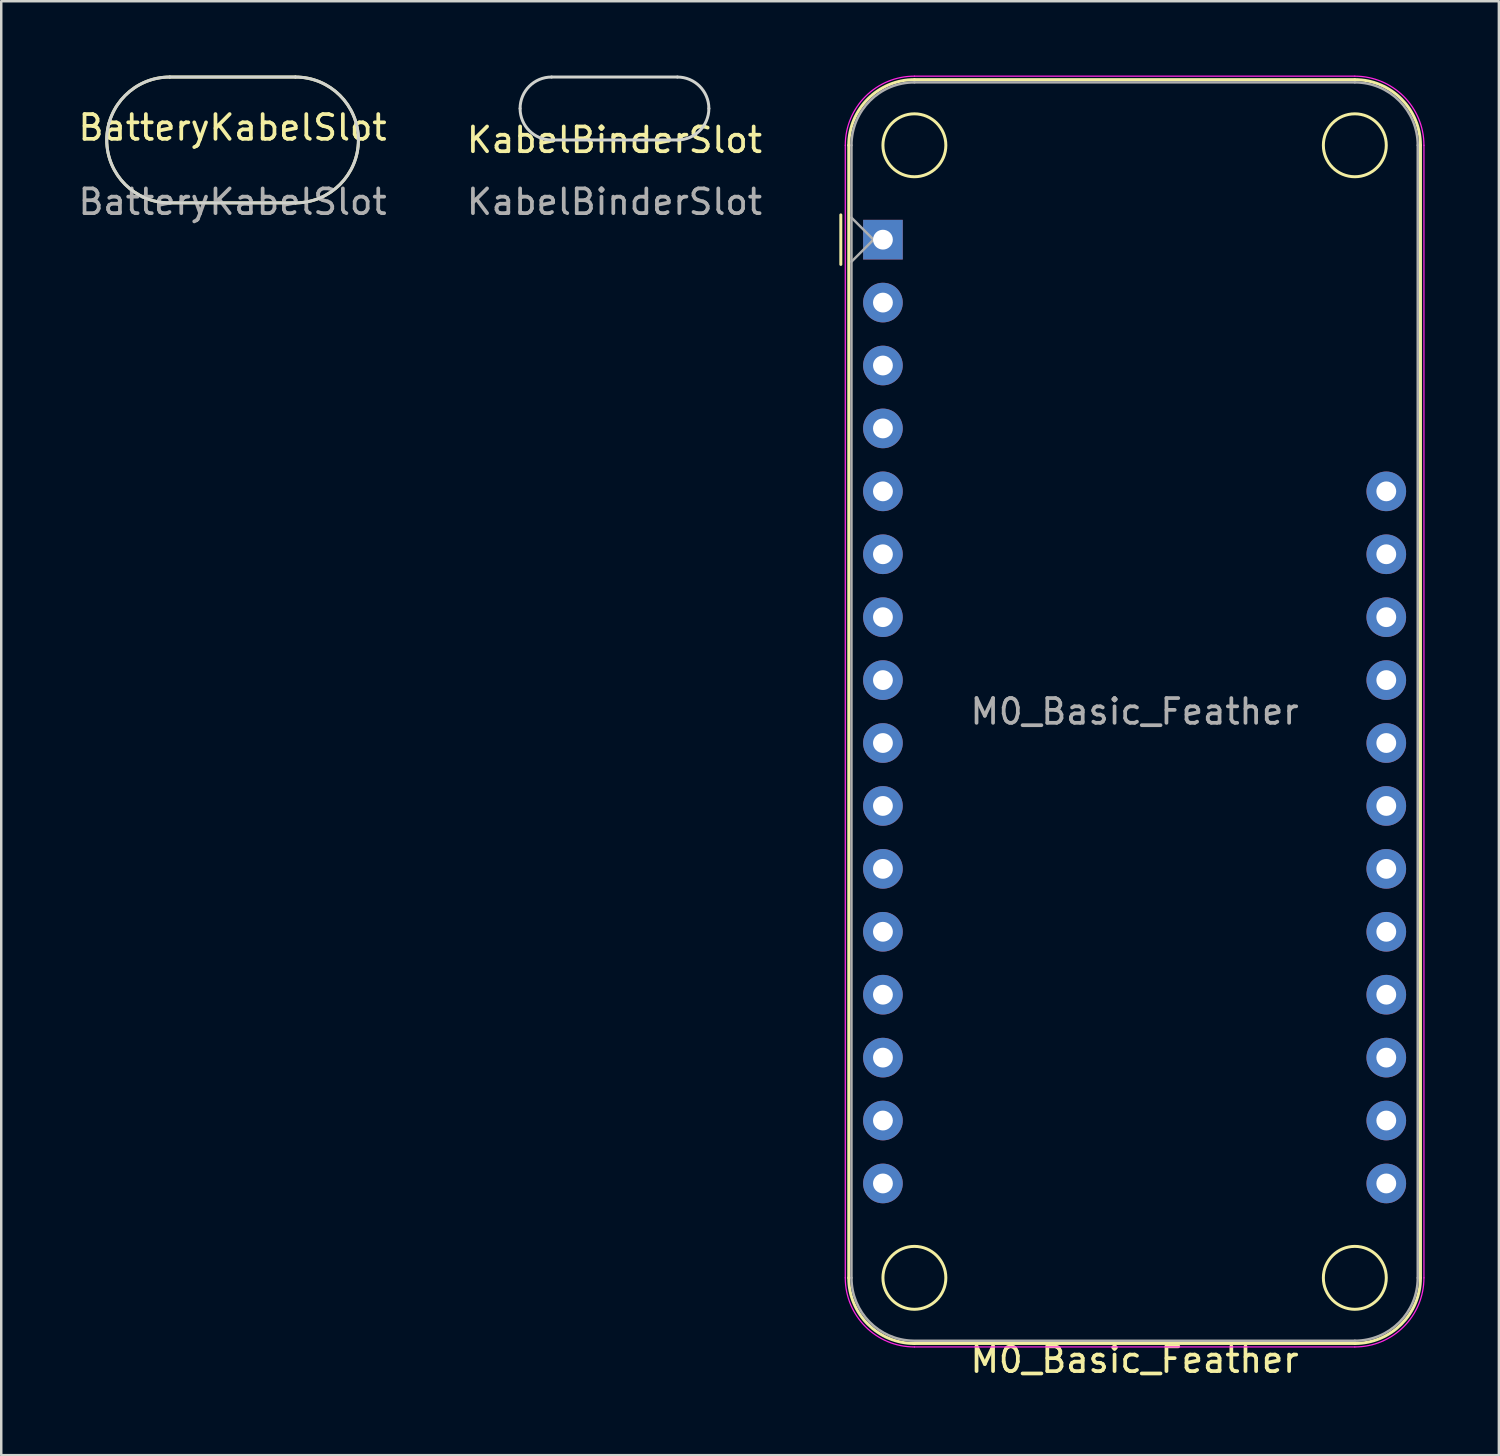
<source format=kicad_pcb>
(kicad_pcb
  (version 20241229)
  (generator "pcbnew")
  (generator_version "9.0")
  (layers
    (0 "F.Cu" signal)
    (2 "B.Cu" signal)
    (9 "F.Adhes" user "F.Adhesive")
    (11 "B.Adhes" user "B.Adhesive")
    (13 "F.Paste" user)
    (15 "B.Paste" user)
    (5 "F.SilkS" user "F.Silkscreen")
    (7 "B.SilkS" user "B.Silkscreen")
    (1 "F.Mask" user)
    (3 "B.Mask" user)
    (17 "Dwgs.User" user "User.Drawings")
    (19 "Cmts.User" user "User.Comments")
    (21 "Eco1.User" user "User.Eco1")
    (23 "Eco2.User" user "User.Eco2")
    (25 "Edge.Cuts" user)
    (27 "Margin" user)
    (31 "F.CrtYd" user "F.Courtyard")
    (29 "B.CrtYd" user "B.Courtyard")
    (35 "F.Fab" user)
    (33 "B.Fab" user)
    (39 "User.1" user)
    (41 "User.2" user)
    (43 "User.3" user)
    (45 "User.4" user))
  (footprint "KabelBinderSlot"
    (layer "F.Cu")
    (at 21.756 2.6)
    (property "Reference" "KabelBinderSlot" (at 0 0 0) (unlocked yes) (layer "F.SilkS") (effects (font (size 1 1) (thickness 0.15))))
    (attr through_hole)
    (fp_line (start -2.54 -2.54) (end 2.54 -2.54) (stroke (width 0.12) (type solid)) (layer "Edge.Cuts"))
    (fp_line (start -2.54 0) (end 2.54 0) (stroke (width 0.12) (type solid)) (layer "Edge.Cuts"))
    (fp_arc (start -3.81 -1.27) (mid -3.438026 -2.168026) (end -2.54 -2.54) (stroke (width 0.12) (type solid)) (layer "Edge.Cuts"))
    (fp_arc (start -2.54 0) (mid -3.438026 -0.371974) (end -3.81 -1.27) (stroke (width 0.12) (type solid)) (layer "Edge.Cuts"))
    (fp_arc (start 2.54 -2.54) (mid 3.438026 -2.168026) (end 3.81 -1.27) (stroke (width 0.12) (type solid)) (layer "Edge.Cuts"))
    (fp_arc (start 3.81 -1.27) (mid 3.438026 -0.371974) (end 2.54 0) (stroke (width 0.12) (type solid)) (layer "Edge.Cuts"))
    (fp_text user "${REFERENCE}" (at 0 2.5 0) (unlocked yes) (layer "F.Fab") (effects (font (size 1 1) (thickness 0.15)))))
  (footprint "BatteryKabelSlot"
    (layer "F.Cu")
    (at 6.339 2.6)
    (property "Reference" "BatteryKabelSlot" (at 0 -0.5 0) (unlocked yes) (layer "F.SilkS") (effects (font (size 1 1) (thickness 0.15))))
    (attr through_hole)
    (fp_line (start -2.54 -2.54) (end 2.54 -2.54) (stroke (width 0.12) (type solid)) (layer "F.SilkS"))
    (fp_line (start -2.54 2.54) (end 2.54 2.54) (stroke (width 0.12) (type solid)) (layer "F.SilkS"))
    (fp_arc (start -2.54 2.54) (mid -5.08 0) (end -2.54 -2.54) (stroke (width 0.12) (type solid)) (layer "F.SilkS"))
    (fp_arc (start 2.54 -2.54) (mid 5.08 0) (end 2.54 2.54) (stroke (width 0.12) (type solid)) (layer "F.SilkS"))
    (fp_line (start -2.54 -2.54) (end 2.54 -2.54) (stroke (width 0.12) (type solid)) (layer "Edge.Cuts"))
    (fp_line (start -2.54 2.54) (end 2.54 2.54) (stroke (width 0.12) (type solid)) (layer "Edge.Cuts"))
    (fp_arc (start -2.54 2.54) (mid -5.08 0) (end -2.54 -2.54) (stroke (width 0.12) (type solid)) (layer "Edge.Cuts"))
    (fp_arc (start 2.54 -2.54) (mid 5.08 0) (end 2.54 2.54) (stroke (width 0.12) (type solid)) (layer "Edge.Cuts"))
    (fp_text user "${REFERENCE}" (at 0 2.5 0) (unlocked yes) (layer "F.Fab") (effects (font (size 1 1) (thickness 0.15)))))
  (footprint "M0_Basic_Feather"
    (layer "F.Cu")
    (at 42.753 25.675)
    (property "Reference" "M0_Basic_Feather" (at 0 26.17 0) (unlocked yes) (layer "F.SilkS") (effects (font (size 1 1) (thickness 0.15))))
    (attr through_hole)
    (fp_line (start -11.86 -18.05) (end -11.86 -20.05) (stroke (width 0.12) (type solid)) (layer "F.SilkS"))
    (fp_line (start -11.54 -22.86) (end -11.54 22.86) (stroke (width 0.12) (type solid)) (layer "F.SilkS"))
    (fp_line (start 8.89 -25.51) (end -8.89 -25.51) (stroke (width 0.12) (type solid)) (layer "F.SilkS"))
    (fp_line (start 8.89 25.51) (end -8.89 25.51) (stroke (width 0.12) (type solid)) (layer "F.SilkS"))
    (fp_line (start 11.54 -22.86) (end 11.54 22.86) (stroke (width 0.12) (type solid)) (layer "F.SilkS"))
    (fp_arc (start -11.54 -22.86) (mid -10.763833 -24.733833) (end -8.89 -25.51) (stroke (width 0.12) (type solid)) (layer "F.SilkS"))
    (fp_arc (start -8.89 25.51) (mid -10.763833 24.733833) (end -11.54 22.86) (stroke (width 0.12) (type solid)) (layer "F.SilkS"))
    (fp_arc (start 8.89 -25.51) (mid 10.763833 -24.733833) (end 11.54 -22.86) (stroke (width 0.12) (type solid)) (layer "F.SilkS"))
    (fp_arc (start 11.54 22.86) (mid 10.763833 24.733833) (end 8.89 25.51) (stroke (width 0.12) (type solid)) (layer "F.SilkS"))
    (fp_circle (center -8.89 -22.86) (end -7.62 -22.86) (stroke (width 0.12) (type solid)) (fill no) (layer "F.SilkS"))
    (fp_circle (center -8.89 22.86) (end -7.62 22.86) (stroke (width 0.12) (type solid)) (fill no) (layer "F.SilkS"))
    (fp_circle (center 8.89 -22.86) (end 10.16 -22.86) (stroke (width 0.12) (type solid)) (fill no) (layer "F.SilkS"))
    (fp_circle (center 8.89 22.86) (end 10.16 22.86) (stroke (width 0.12) (type solid)) (fill no) (layer "F.SilkS"))
    (fp_line (start -11.68 22.86) (end -11.68 -22.86) (stroke (width 0.05) (type solid)) (layer "F.CrtYd"))
    (fp_line (start 8.89 -25.65) (end -8.89 -25.65) (stroke (width 0.05) (type solid)) (layer "F.CrtYd"))
    (fp_line (start 8.89 25.65) (end -8.89 25.65) (stroke (width 0.05) (type solid)) (layer "F.CrtYd"))
    (fp_line (start 11.68 22.86) (end 11.68 -22.86) (stroke (width 0.05) (type solid)) (layer "F.CrtYd"))
    (fp_arc (start -11.68 -22.86) (mid -10.862828 -24.832828) (end -8.89 -25.65) (stroke (width 0.05) (type solid)) (layer "F.CrtYd"))
    (fp_arc (start -8.89 25.65) (mid -10.862828 24.832828) (end -11.68 22.86) (stroke (width 0.05) (type solid)) (layer "F.CrtYd"))
    (fp_arc (start 8.89 -25.65) (mid 10.862828 -24.832828) (end 11.68 -22.86) (stroke (width 0.05) (type solid)) (layer "F.CrtYd"))
    (fp_arc (start 11.68 22.86) (mid 10.862828 24.832828) (end 8.89 25.65) (stroke (width 0.05) (type solid)) (layer "F.CrtYd"))
    (fp_line (start -11.43 -22.86) (end -11.43 22.86) (stroke (width 0.1) (type solid)) (layer "F.Fab"))
    (fp_line (start -11.43 -19.939) (end -10.541 -19.05) (stroke (width 0.1) (type solid)) (layer "F.Fab"))
    (fp_line (start -10.541 -19.05) (end -11.43 -18.161) (stroke (width 0.1) (type solid)) (layer "F.Fab"))
    (fp_line (start -8.89 25.4) (end 8.89 25.4) (stroke (width 0.1) (type solid)) (layer "F.Fab"))
    (fp_line (start 8.89 -25.4) (end -8.89 -25.4) (stroke (width 0.1) (type solid)) (layer "F.Fab"))
    (fp_line (start 11.43 22.86) (end 11.43 -22.86) (stroke (width 0.1) (type solid)) (layer "F.Fab"))
    (fp_arc (start -11.43 -22.86) (mid -10.686051 -24.656051) (end -8.89 -25.4) (stroke (width 0.1) (type solid)) (layer "F.Fab"))
    (fp_arc (start -8.938762 25.399532) (mid -10.703209 24.638728) (end -11.43 22.86) (stroke (width 0.1) (type solid)) (layer "F.Fab"))
    (fp_arc (start 8.89 -25.4) (mid 10.686051 -24.656051) (end 11.43 -22.86) (stroke (width 0.1) (type solid)) (layer "F.Fab"))
    (fp_arc (start 11.43 22.86) (mid 10.686051 24.656051) (end 8.89 25.4) (stroke (width 0.1) (type solid)) (layer "F.Fab"))
    (fp_text user "${REFERENCE}" (at 0 0 180) (layer "F.Fab") (effects (font (size 1 1) (thickness 0.15))))
    (pad "1" thru_hole rect (at -10.16 -19.05 180) (size 1.6 1.6) (drill 0.8) (layers "*.Cu" "*.Mask"))
    (pad "2" thru_hole circle (at -10.16 -16.51 180) (size 1.6 1.6) (drill 0.8) (layers "*.Cu" "*.Mask"))
    (pad "3" thru_hole circle (at -10.16 -13.97 180) (size 1.6 1.6) (drill 0.8) (layers "*.Cu" "*.Mask"))
    (pad "4" thru_hole circle (at -10.16 -11.43 180) (size 1.6 1.6) (drill 0.8) (layers "*.Cu" "*.Mask"))
    (pad "5" thru_hole circle (at -10.16 -8.89 180) (size 1.6 1.6) (drill 0.8) (layers "*.Cu" "*.Mask"))
    (pad "6" thru_hole circle (at -10.16 -6.35 180) (size 1.6 1.6) (drill 0.8) (layers "*.Cu" "*.Mask"))
    (pad "7" thru_hole circle (at -10.16 -3.81 180) (size 1.6 1.6) (drill 0.8) (layers "*.Cu" "*.Mask"))
    (pad "8" thru_hole circle (at -10.16 -1.27 180) (size 1.6 1.6) (drill 0.8) (layers "*.Cu" "*.Mask"))
    (pad "9" thru_hole circle (at -10.16 1.27 180) (size 1.6 1.6) (drill 0.8) (layers "*.Cu" "*.Mask"))
    (pad "10" thru_hole circle (at -10.16 3.81 180) (size 1.6 1.6) (drill 0.8) (layers "*.Cu" "*.Mask"))
    (pad "11" thru_hole circle (at -10.16 6.35 180) (size 1.6 1.6) (drill 0.8) (layers "*.Cu" "*.Mask"))
    (pad "12" thru_hole circle (at -10.16 8.89 180) (size 1.6 1.6) (drill 0.8) (layers "*.Cu" "*.Mask"))
    (pad "13" thru_hole circle (at -10.16 11.43 180) (size 1.6 1.6) (drill 0.8) (layers "*.Cu" "*.Mask"))
    (pad "14" thru_hole circle (at -10.16 13.97 180) (size 1.6 1.6) (drill 0.8) (layers "*.Cu" "*.Mask"))
    (pad "15" thru_hole circle (at -10.16 16.51 180) (size 1.6 1.6) (drill 0.8) (layers "*.Cu" "*.Mask"))
    (pad "16" thru_hole circle (at -10.16 19.05 180) (size 1.6 1.6) (drill 0.8) (layers "*.Cu" "*.Mask"))
    (pad "17" thru_hole circle (at 10.16 19.05 180) (size 1.6 1.6) (drill 0.8) (layers "*.Cu" "*.Mask"))
    (pad "18" thru_hole circle (at 10.16 16.51 180) (size 1.6 1.6) (drill 0.8) (layers "*.Cu" "*.Mask"))
    (pad "19" thru_hole circle (at 10.16 13.97 180) (size 1.6 1.6) (drill 0.8) (layers "*.Cu" "*.Mask"))
    (pad "20" thru_hole circle (at 10.16 11.43 180) (size 1.6 1.6) (drill 0.8) (layers "*.Cu" "*.Mask"))
    (pad "21" thru_hole circle (at 10.16 8.89 180) (size 1.6 1.6) (drill 0.8) (layers "*.Cu" "*.Mask"))
    (pad "22" thru_hole circle (at 10.16 6.35 180) (size 1.6 1.6) (drill 0.8) (layers "*.Cu" "*.Mask"))
    (pad "23" thru_hole circle (at 10.16 3.81 180) (size 1.6 1.6) (drill 0.8) (layers "*.Cu" "*.Mask"))
    (pad "24" thru_hole circle (at 10.16 1.27 180) (size 1.6 1.6) (drill 0.8) (layers "*.Cu" "*.Mask"))
    (pad "25" thru_hole circle (at 10.16 -1.27 180) (size 1.6 1.6) (drill 0.8) (layers "*.Cu" "*.Mask"))
    (pad "26" thru_hole circle (at 10.16 -3.81 180) (size 1.6 1.6) (drill 0.8) (layers "*.Cu" "*.Mask"))
    (pad "27" thru_hole circle (at 10.16 -6.35 180) (size 1.6 1.6) (drill 0.8) (layers "*.Cu" "*.Mask"))
    (pad "28" thru_hole circle (at 10.16 -8.89 180) (size 1.6 1.6) (drill 0.8) (layers "*.Cu" "*.Mask")))
  (gr_rect
    (start -3 -3)
    (end 57.458 55.693)
    (stroke (width 0.1) (type default))
    (fill no)
    (layer "Edge.Cuts")))
</source>
